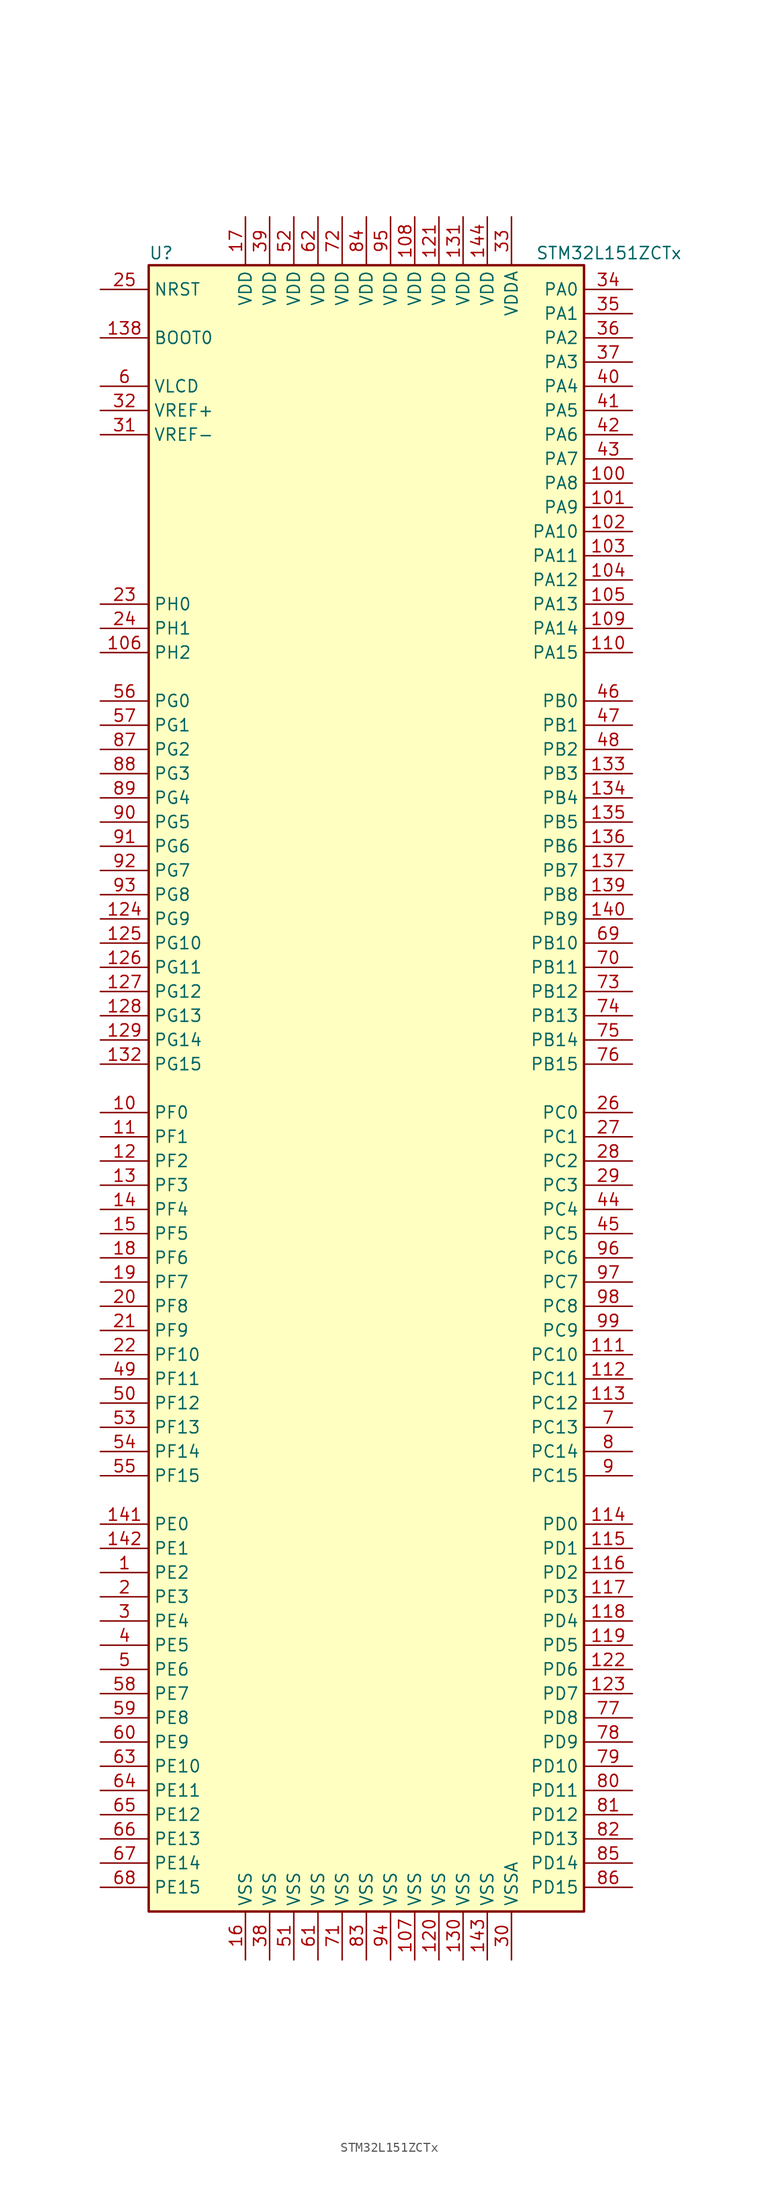
<source format=kicad_sym>
(kicad_symbol_lib
  (version 20201005)
  (generator kicad_symbol_editor)
  (symbol "STM32L151ZCTx"
    (property "Reference" "U"
      (at -22.86 87.63 0)
      (effects (font (size 1.27 1.27)) (justify left)))
    (property "Value" "STM32L151ZCTx"
      (at 17.78 87.63 0)
      (effects (font (size 1.27 1.27)) (justify left)))
    (symbol "STM32L151ZCTx_0_1"
      (rectangle (start -22.86 -86.36) (end 22.86 86.36) (stroke (width 0.254)) (fill (type background))))
    (symbol "STM32L151ZCTx_1_1"
      (pin input line (at -27.94 78.74 0) (length 5.08) (name "BOOT0" (effects (font (size 1.27 1.27)))) (number "138" (effects (font (size 1.27 1.27)))))
      (pin input line (at -27.94 83.82 0) (length 5.08) (name "NRST" (effects (font (size 1.27 1.27)))) (number "25" (effects (font (size 1.27 1.27)))))
      (pin bidirectional line (at 27.94 83.82 180) (length 5.08) (name "PA0" (effects (font (size 1.27 1.27)))) (number "34" (effects (font (size 1.27 1.27)))))
      (pin bidirectional line (at 27.94 81.28 180) (length 5.08) (name "PA1" (effects (font (size 1.27 1.27)))) (number "35" (effects (font (size 1.27 1.27)))))
      (pin bidirectional line (at 27.94 58.42 180) (length 5.08) (name "PA10" (effects (font (size 1.27 1.27)))) (number "102" (effects (font (size 1.27 1.27)))))
      (pin bidirectional line (at 27.94 55.88 180) (length 5.08) (name "PA11" (effects (font (size 1.27 1.27)))) (number "103" (effects (font (size 1.27 1.27)))))
      (pin bidirectional line (at 27.94 53.34 180) (length 5.08) (name "PA12" (effects (font (size 1.27 1.27)))) (number "104" (effects (font (size 1.27 1.27)))))
      (pin bidirectional line (at 27.94 50.8 180) (length 5.08) (name "PA13" (effects (font (size 1.27 1.27)))) (number "105" (effects (font (size 1.27 1.27)))))
      (pin bidirectional line (at 27.94 48.26 180) (length 5.08) (name "PA14" (effects (font (size 1.27 1.27)))) (number "109" (effects (font (size 1.27 1.27)))))
      (pin bidirectional line (at 27.94 45.72 180) (length 5.08) (name "PA15" (effects (font (size 1.27 1.27)))) (number "110" (effects (font (size 1.27 1.27)))))
      (pin bidirectional line (at 27.94 78.74 180) (length 5.08) (name "PA2" (effects (font (size 1.27 1.27)))) (number "36" (effects (font (size 1.27 1.27)))))
      (pin bidirectional line (at 27.94 76.2 180) (length 5.08) (name "PA3" (effects (font (size 1.27 1.27)))) (number "37" (effects (font (size 1.27 1.27)))))
      (pin bidirectional line (at 27.94 73.66 180) (length 5.08) (name "PA4" (effects (font (size 1.27 1.27)))) (number "40" (effects (font (size 1.27 1.27)))))
      (pin bidirectional line (at 27.94 71.12 180) (length 5.08) (name "PA5" (effects (font (size 1.27 1.27)))) (number "41" (effects (font (size 1.27 1.27)))))
      (pin bidirectional line (at 27.94 68.58 180) (length 5.08) (name "PA6" (effects (font (size 1.27 1.27)))) (number "42" (effects (font (size 1.27 1.27)))))
      (pin bidirectional line (at 27.94 66.04 180) (length 5.08) (name "PA7" (effects (font (size 1.27 1.27)))) (number "43" (effects (font (size 1.27 1.27)))))
      (pin bidirectional line (at 27.94 63.5 180) (length 5.08) (name "PA8" (effects (font (size 1.27 1.27)))) (number "100" (effects (font (size 1.27 1.27)))))
      (pin bidirectional line (at 27.94 60.96 180) (length 5.08) (name "PA9" (effects (font (size 1.27 1.27)))) (number "101" (effects (font (size 1.27 1.27)))))
      (pin bidirectional line (at 27.94 40.64 180) (length 5.08) (name "PB0" (effects (font (size 1.27 1.27)))) (number "46" (effects (font (size 1.27 1.27)))))
      (pin bidirectional line (at 27.94 38.1 180) (length 5.08) (name "PB1" (effects (font (size 1.27 1.27)))) (number "47" (effects (font (size 1.27 1.27)))))
      (pin bidirectional line (at 27.94 15.24 180) (length 5.08) (name "PB10" (effects (font (size 1.27 1.27)))) (number "69" (effects (font (size 1.27 1.27)))))
      (pin bidirectional line (at 27.94 12.7 180) (length 5.08) (name "PB11" (effects (font (size 1.27 1.27)))) (number "70" (effects (font (size 1.27 1.27)))))
      (pin bidirectional line (at 27.94 10.16 180) (length 5.08) (name "PB12" (effects (font (size 1.27 1.27)))) (number "73" (effects (font (size 1.27 1.27)))))
      (pin bidirectional line (at 27.94 7.62 180) (length 5.08) (name "PB13" (effects (font (size 1.27 1.27)))) (number "74" (effects (font (size 1.27 1.27)))))
      (pin bidirectional line (at 27.94 5.08 180) (length 5.08) (name "PB14" (effects (font (size 1.27 1.27)))) (number "75" (effects (font (size 1.27 1.27)))))
      (pin bidirectional line (at 27.94 2.54 180) (length 5.08) (name "PB15" (effects (font (size 1.27 1.27)))) (number "76" (effects (font (size 1.27 1.27)))))
      (pin bidirectional line (at 27.94 35.56 180) (length 5.08) (name "PB2" (effects (font (size 1.27 1.27)))) (number "48" (effects (font (size 1.27 1.27)))))
      (pin bidirectional line (at 27.94 33.02 180) (length 5.08) (name "PB3" (effects (font (size 1.27 1.27)))) (number "133" (effects (font (size 1.27 1.27)))))
      (pin bidirectional line (at 27.94 30.48 180) (length 5.08) (name "PB4" (effects (font (size 1.27 1.27)))) (number "134" (effects (font (size 1.27 1.27)))))
      (pin bidirectional line (at 27.94 27.94 180) (length 5.08) (name "PB5" (effects (font (size 1.27 1.27)))) (number "135" (effects (font (size 1.27 1.27)))))
      (pin bidirectional line (at 27.94 25.4 180) (length 5.08) (name "PB6" (effects (font (size 1.27 1.27)))) (number "136" (effects (font (size 1.27 1.27)))))
      (pin bidirectional line (at 27.94 22.86 180) (length 5.08) (name "PB7" (effects (font (size 1.27 1.27)))) (number "137" (effects (font (size 1.27 1.27)))))
      (pin bidirectional line (at 27.94 20.32 180) (length 5.08) (name "PB8" (effects (font (size 1.27 1.27)))) (number "139" (effects (font (size 1.27 1.27)))))
      (pin bidirectional line (at 27.94 17.78 180) (length 5.08) (name "PB9" (effects (font (size 1.27 1.27)))) (number "140" (effects (font (size 1.27 1.27)))))
      (pin bidirectional line (at 27.94 -2.54 180) (length 5.08) (name "PC0" (effects (font (size 1.27 1.27)))) (number "26" (effects (font (size 1.27 1.27)))))
      (pin bidirectional line (at 27.94 -5.08 180) (length 5.08) (name "PC1" (effects (font (size 1.27 1.27)))) (number "27" (effects (font (size 1.27 1.27)))))
      (pin bidirectional line (at 27.94 -27.94 180) (length 5.08) (name "PC10" (effects (font (size 1.27 1.27)))) (number "111" (effects (font (size 1.27 1.27)))))
      (pin bidirectional line (at 27.94 -30.48 180) (length 5.08) (name "PC11" (effects (font (size 1.27 1.27)))) (number "112" (effects (font (size 1.27 1.27)))))
      (pin bidirectional line (at 27.94 -33.02 180) (length 5.08) (name "PC12" (effects (font (size 1.27 1.27)))) (number "113" (effects (font (size 1.27 1.27)))))
      (pin bidirectional line (at 27.94 -35.56 180) (length 5.08) (name "PC13" (effects (font (size 1.27 1.27)))) (number "7" (effects (font (size 1.27 1.27)))))
      (pin bidirectional line (at 27.94 -38.1 180) (length 5.08) (name "PC14" (effects (font (size 1.27 1.27)))) (number "8" (effects (font (size 1.27 1.27)))))
      (pin bidirectional line (at 27.94 -40.64 180) (length 5.08) (name "PC15" (effects (font (size 1.27 1.27)))) (number "9" (effects (font (size 1.27 1.27)))))
      (pin bidirectional line (at 27.94 -7.62 180) (length 5.08) (name "PC2" (effects (font (size 1.27 1.27)))) (number "28" (effects (font (size 1.27 1.27)))))
      (pin bidirectional line (at 27.94 -10.16 180) (length 5.08) (name "PC3" (effects (font (size 1.27 1.27)))) (number "29" (effects (font (size 1.27 1.27)))))
      (pin bidirectional line (at 27.94 -12.7 180) (length 5.08) (name "PC4" (effects (font (size 1.27 1.27)))) (number "44" (effects (font (size 1.27 1.27)))))
      (pin bidirectional line (at 27.94 -15.24 180) (length 5.08) (name "PC5" (effects (font (size 1.27 1.27)))) (number "45" (effects (font (size 1.27 1.27)))))
      (pin bidirectional line (at 27.94 -17.78 180) (length 5.08) (name "PC6" (effects (font (size 1.27 1.27)))) (number "96" (effects (font (size 1.27 1.27)))))
      (pin bidirectional line (at 27.94 -20.32 180) (length 5.08) (name "PC7" (effects (font (size 1.27 1.27)))) (number "97" (effects (font (size 1.27 1.27)))))
      (pin bidirectional line (at 27.94 -22.86 180) (length 5.08) (name "PC8" (effects (font (size 1.27 1.27)))) (number "98" (effects (font (size 1.27 1.27)))))
      (pin bidirectional line (at 27.94 -25.4 180) (length 5.08) (name "PC9" (effects (font (size 1.27 1.27)))) (number "99" (effects (font (size 1.27 1.27)))))
      (pin bidirectional line (at 27.94 -45.72 180) (length 5.08) (name "PD0" (effects (font (size 1.27 1.27)))) (number "114" (effects (font (size 1.27 1.27)))))
      (pin bidirectional line (at 27.94 -48.26 180) (length 5.08) (name "PD1" (effects (font (size 1.27 1.27)))) (number "115" (effects (font (size 1.27 1.27)))))
      (pin bidirectional line (at 27.94 -71.12 180) (length 5.08) (name "PD10" (effects (font (size 1.27 1.27)))) (number "79" (effects (font (size 1.27 1.27)))))
      (pin bidirectional line (at 27.94 -73.66 180) (length 5.08) (name "PD11" (effects (font (size 1.27 1.27)))) (number "80" (effects (font (size 1.27 1.27)))))
      (pin bidirectional line (at 27.94 -76.2 180) (length 5.08) (name "PD12" (effects (font (size 1.27 1.27)))) (number "81" (effects (font (size 1.27 1.27)))))
      (pin bidirectional line (at 27.94 -78.74 180) (length 5.08) (name "PD13" (effects (font (size 1.27 1.27)))) (number "82" (effects (font (size 1.27 1.27)))))
      (pin bidirectional line (at 27.94 -81.28 180) (length 5.08) (name "PD14" (effects (font (size 1.27 1.27)))) (number "85" (effects (font (size 1.27 1.27)))))
      (pin bidirectional line (at 27.94 -83.82 180) (length 5.08) (name "PD15" (effects (font (size 1.27 1.27)))) (number "86" (effects (font (size 1.27 1.27)))))
      (pin bidirectional line (at 27.94 -50.8 180) (length 5.08) (name "PD2" (effects (font (size 1.27 1.27)))) (number "116" (effects (font (size 1.27 1.27)))))
      (pin bidirectional line (at 27.94 -53.34 180) (length 5.08) (name "PD3" (effects (font (size 1.27 1.27)))) (number "117" (effects (font (size 1.27 1.27)))))
      (pin bidirectional line (at 27.94 -55.88 180) (length 5.08) (name "PD4" (effects (font (size 1.27 1.27)))) (number "118" (effects (font (size 1.27 1.27)))))
      (pin bidirectional line (at 27.94 -58.42 180) (length 5.08) (name "PD5" (effects (font (size 1.27 1.27)))) (number "119" (effects (font (size 1.27 1.27)))))
      (pin bidirectional line (at 27.94 -60.96 180) (length 5.08) (name "PD6" (effects (font (size 1.27 1.27)))) (number "122" (effects (font (size 1.27 1.27)))))
      (pin bidirectional line (at 27.94 -63.5 180) (length 5.08) (name "PD7" (effects (font (size 1.27 1.27)))) (number "123" (effects (font (size 1.27 1.27)))))
      (pin bidirectional line (at 27.94 -66.04 180) (length 5.08) (name "PD8" (effects (font (size 1.27 1.27)))) (number "77" (effects (font (size 1.27 1.27)))))
      (pin bidirectional line (at 27.94 -68.58 180) (length 5.08) (name "PD9" (effects (font (size 1.27 1.27)))) (number "78" (effects (font (size 1.27 1.27)))))
      (pin bidirectional line (at -27.94 -45.72 0) (length 5.08) (name "PE0" (effects (font (size 1.27 1.27)))) (number "141" (effects (font (size 1.27 1.27)))))
      (pin bidirectional line (at -27.94 -48.26 0) (length 5.08) (name "PE1" (effects (font (size 1.27 1.27)))) (number "142" (effects (font (size 1.27 1.27)))))
      (pin bidirectional line (at -27.94 -71.12 0) (length 5.08) (name "PE10" (effects (font (size 1.27 1.27)))) (number "63" (effects (font (size 1.27 1.27)))))
      (pin bidirectional line (at -27.94 -73.66 0) (length 5.08) (name "PE11" (effects (font (size 1.27 1.27)))) (number "64" (effects (font (size 1.27 1.27)))))
      (pin bidirectional line (at -27.94 -76.2 0) (length 5.08) (name "PE12" (effects (font (size 1.27 1.27)))) (number "65" (effects (font (size 1.27 1.27)))))
      (pin bidirectional line (at -27.94 -78.74 0) (length 5.08) (name "PE13" (effects (font (size 1.27 1.27)))) (number "66" (effects (font (size 1.27 1.27)))))
      (pin bidirectional line (at -27.94 -81.28 0) (length 5.08) (name "PE14" (effects (font (size 1.27 1.27)))) (number "67" (effects (font (size 1.27 1.27)))))
      (pin bidirectional line (at -27.94 -83.82 0) (length 5.08) (name "PE15" (effects (font (size 1.27 1.27)))) (number "68" (effects (font (size 1.27 1.27)))))
      (pin bidirectional line (at -27.94 -50.8 0) (length 5.08) (name "PE2" (effects (font (size 1.27 1.27)))) (number "1" (effects (font (size 1.27 1.27)))))
      (pin bidirectional line (at -27.94 -53.34 0) (length 5.08) (name "PE3" (effects (font (size 1.27 1.27)))) (number "2" (effects (font (size 1.27 1.27)))))
      (pin bidirectional line (at -27.94 -55.88 0) (length 5.08) (name "PE4" (effects (font (size 1.27 1.27)))) (number "3" (effects (font (size 1.27 1.27)))))
      (pin bidirectional line (at -27.94 -58.42 0) (length 5.08) (name "PE5" (effects (font (size 1.27 1.27)))) (number "4" (effects (font (size 1.27 1.27)))))
      (pin bidirectional line (at -27.94 -60.96 0) (length 5.08) (name "PE6" (effects (font (size 1.27 1.27)))) (number "5" (effects (font (size 1.27 1.27)))))
      (pin bidirectional line (at -27.94 -63.5 0) (length 5.08) (name "PE7" (effects (font (size 1.27 1.27)))) (number "58" (effects (font (size 1.27 1.27)))))
      (pin bidirectional line (at -27.94 -66.04 0) (length 5.08) (name "PE8" (effects (font (size 1.27 1.27)))) (number "59" (effects (font (size 1.27 1.27)))))
      (pin bidirectional line (at -27.94 -68.58 0) (length 5.08) (name "PE9" (effects (font (size 1.27 1.27)))) (number "60" (effects (font (size 1.27 1.27)))))
      (pin bidirectional line (at -27.94 -2.54 0) (length 5.08) (name "PF0" (effects (font (size 1.27 1.27)))) (number "10" (effects (font (size 1.27 1.27)))))
      (pin bidirectional line (at -27.94 -5.08 0) (length 5.08) (name "PF1" (effects (font (size 1.27 1.27)))) (number "11" (effects (font (size 1.27 1.27)))))
      (pin bidirectional line (at -27.94 -27.94 0) (length 5.08) (name "PF10" (effects (font (size 1.27 1.27)))) (number "22" (effects (font (size 1.27 1.27)))))
      (pin bidirectional line (at -27.94 -30.48 0) (length 5.08) (name "PF11" (effects (font (size 1.27 1.27)))) (number "49" (effects (font (size 1.27 1.27)))))
      (pin bidirectional line (at -27.94 -33.02 0) (length 5.08) (name "PF12" (effects (font (size 1.27 1.27)))) (number "50" (effects (font (size 1.27 1.27)))))
      (pin bidirectional line (at -27.94 -35.56 0) (length 5.08) (name "PF13" (effects (font (size 1.27 1.27)))) (number "53" (effects (font (size 1.27 1.27)))))
      (pin bidirectional line (at -27.94 -38.1 0) (length 5.08) (name "PF14" (effects (font (size 1.27 1.27)))) (number "54" (effects (font (size 1.27 1.27)))))
      (pin bidirectional line (at -27.94 -40.64 0) (length 5.08) (name "PF15" (effects (font (size 1.27 1.27)))) (number "55" (effects (font (size 1.27 1.27)))))
      (pin bidirectional line (at -27.94 -7.62 0) (length 5.08) (name "PF2" (effects (font (size 1.27 1.27)))) (number "12" (effects (font (size 1.27 1.27)))))
      (pin bidirectional line (at -27.94 -10.16 0) (length 5.08) (name "PF3" (effects (font (size 1.27 1.27)))) (number "13" (effects (font (size 1.27 1.27)))))
      (pin bidirectional line (at -27.94 -12.7 0) (length 5.08) (name "PF4" (effects (font (size 1.27 1.27)))) (number "14" (effects (font (size 1.27 1.27)))))
      (pin bidirectional line (at -27.94 -15.24 0) (length 5.08) (name "PF5" (effects (font (size 1.27 1.27)))) (number "15" (effects (font (size 1.27 1.27)))))
      (pin bidirectional line (at -27.94 -17.78 0) (length 5.08) (name "PF6" (effects (font (size 1.27 1.27)))) (number "18" (effects (font (size 1.27 1.27)))))
      (pin bidirectional line (at -27.94 -20.32 0) (length 5.08) (name "PF7" (effects (font (size 1.27 1.27)))) (number "19" (effects (font (size 1.27 1.27)))))
      (pin bidirectional line (at -27.94 -22.86 0) (length 5.08) (name "PF8" (effects (font (size 1.27 1.27)))) (number "20" (effects (font (size 1.27 1.27)))))
      (pin bidirectional line (at -27.94 -25.4 0) (length 5.08) (name "PF9" (effects (font (size 1.27 1.27)))) (number "21" (effects (font (size 1.27 1.27)))))
      (pin bidirectional line (at -27.94 40.64 0) (length 5.08) (name "PG0" (effects (font (size 1.27 1.27)))) (number "56" (effects (font (size 1.27 1.27)))))
      (pin bidirectional line (at -27.94 38.1 0) (length 5.08) (name "PG1" (effects (font (size 1.27 1.27)))) (number "57" (effects (font (size 1.27 1.27)))))
      (pin bidirectional line (at -27.94 15.24 0) (length 5.08) (name "PG10" (effects (font (size 1.27 1.27)))) (number "125" (effects (font (size 1.27 1.27)))))
      (pin bidirectional line (at -27.94 12.7 0) (length 5.08) (name "PG11" (effects (font (size 1.27 1.27)))) (number "126" (effects (font (size 1.27 1.27)))))
      (pin bidirectional line (at -27.94 10.16 0) (length 5.08) (name "PG12" (effects (font (size 1.27 1.27)))) (number "127" (effects (font (size 1.27 1.27)))))
      (pin bidirectional line (at -27.94 7.62 0) (length 5.08) (name "PG13" (effects (font (size 1.27 1.27)))) (number "128" (effects (font (size 1.27 1.27)))))
      (pin bidirectional line (at -27.94 5.08 0) (length 5.08) (name "PG14" (effects (font (size 1.27 1.27)))) (number "129" (effects (font (size 1.27 1.27)))))
      (pin bidirectional line (at -27.94 2.54 0) (length 5.08) (name "PG15" (effects (font (size 1.27 1.27)))) (number "132" (effects (font (size 1.27 1.27)))))
      (pin bidirectional line (at -27.94 35.56 0) (length 5.08) (name "PG2" (effects (font (size 1.27 1.27)))) (number "87" (effects (font (size 1.27 1.27)))))
      (pin bidirectional line (at -27.94 33.02 0) (length 5.08) (name "PG3" (effects (font (size 1.27 1.27)))) (number "88" (effects (font (size 1.27 1.27)))))
      (pin bidirectional line (at -27.94 30.48 0) (length 5.08) (name "PG4" (effects (font (size 1.27 1.27)))) (number "89" (effects (font (size 1.27 1.27)))))
      (pin bidirectional line (at -27.94 27.94 0) (length 5.08) (name "PG5" (effects (font (size 1.27 1.27)))) (number "90" (effects (font (size 1.27 1.27)))))
      (pin bidirectional line (at -27.94 25.4 0) (length 5.08) (name "PG6" (effects (font (size 1.27 1.27)))) (number "91" (effects (font (size 1.27 1.27)))))
      (pin bidirectional line (at -27.94 22.86 0) (length 5.08) (name "PG7" (effects (font (size 1.27 1.27)))) (number "92" (effects (font (size 1.27 1.27)))))
      (pin bidirectional line (at -27.94 20.32 0) (length 5.08) (name "PG8" (effects (font (size 1.27 1.27)))) (number "93" (effects (font (size 1.27 1.27)))))
      (pin bidirectional line (at -27.94 17.78 0) (length 5.08) (name "PG9" (effects (font (size 1.27 1.27)))) (number "124" (effects (font (size 1.27 1.27)))))
      (pin input line (at -27.94 50.8 0) (length 5.08) (name "PH0" (effects (font (size 1.27 1.27)))) (number "23" (effects (font (size 1.27 1.27)))))
      (pin input line (at -27.94 48.26 0) (length 5.08) (name "PH1" (effects (font (size 1.27 1.27)))) (number "24" (effects (font (size 1.27 1.27)))))
      (pin bidirectional line (at -27.94 45.72 0) (length 5.08) (name "PH2" (effects (font (size 1.27 1.27)))) (number "106" (effects (font (size 1.27 1.27)))))
      (pin power_in line (at 5.08 91.44 270) (length 5.08) (name "VDD" (effects (font (size 1.27 1.27)))) (number "108" (effects (font (size 1.27 1.27)))))
      (pin power_in line (at 7.62 91.44 270) (length 5.08) (name "VDD" (effects (font (size 1.27 1.27)))) (number "121" (effects (font (size 1.27 1.27)))))
      (pin power_in line (at 10.16 91.44 270) (length 5.08) (name "VDD" (effects (font (size 1.27 1.27)))) (number "131" (effects (font (size 1.27 1.27)))))
      (pin power_in line (at 12.7 91.44 270) (length 5.08) (name "VDD" (effects (font (size 1.27 1.27)))) (number "144" (effects (font (size 1.27 1.27)))))
      (pin power_in line (at -12.7 91.44 270) (length 5.08) (name "VDD" (effects (font (size 1.27 1.27)))) (number "17" (effects (font (size 1.27 1.27)))))
      (pin power_in line (at -10.16 91.44 270) (length 5.08) (name "VDD" (effects (font (size 1.27 1.27)))) (number "39" (effects (font (size 1.27 1.27)))))
      (pin power_in line (at -7.62 91.44 270) (length 5.08) (name "VDD" (effects (font (size 1.27 1.27)))) (number "52" (effects (font (size 1.27 1.27)))))
      (pin power_in line (at -5.08 91.44 270) (length 5.08) (name "VDD" (effects (font (size 1.27 1.27)))) (number "62" (effects (font (size 1.27 1.27)))))
      (pin power_in line (at -2.54 91.44 270) (length 5.08) (name "VDD" (effects (font (size 1.27 1.27)))) (number "72" (effects (font (size 1.27 1.27)))))
      (pin power_in line (at 0 91.44 270) (length 5.08) (name "VDD" (effects (font (size 1.27 1.27)))) (number "84" (effects (font (size 1.27 1.27)))))
      (pin power_in line (at 2.54 91.44 270) (length 5.08) (name "VDD" (effects (font (size 1.27 1.27)))) (number "95" (effects (font (size 1.27 1.27)))))
      (pin power_in line (at 15.24 91.44 270) (length 5.08) (name "VDDA" (effects (font (size 1.27 1.27)))) (number "33" (effects (font (size 1.27 1.27)))))
      (pin power_in line (at -27.94 73.66 0) (length 5.08) (name "VLCD" (effects (font (size 1.27 1.27)))) (number "6" (effects (font (size 1.27 1.27)))))
      (pin power_in line (at -27.94 71.12 0) (length 5.08) (name "VREF+" (effects (font (size 1.27 1.27)))) (number "32" (effects (font (size 1.27 1.27)))))
      (pin power_in line (at -27.94 68.58 0) (length 5.08) (name "VREF-" (effects (font (size 1.27 1.27)))) (number "31" (effects (font (size 1.27 1.27)))))
      (pin power_in line (at 5.08 -91.44 90) (length 5.08) (name "VSS" (effects (font (size 1.27 1.27)))) (number "107" (effects (font (size 1.27 1.27)))))
      (pin power_in line (at 7.62 -91.44 90) (length 5.08) (name "VSS" (effects (font (size 1.27 1.27)))) (number "120" (effects (font (size 1.27 1.27)))))
      (pin power_in line (at 10.16 -91.44 90) (length 5.08) (name "VSS" (effects (font (size 1.27 1.27)))) (number "130" (effects (font (size 1.27 1.27)))))
      (pin power_in line (at 12.7 -91.44 90) (length 5.08) (name "VSS" (effects (font (size 1.27 1.27)))) (number "143" (effects (font (size 1.27 1.27)))))
      (pin power_in line (at -12.7 -91.44 90) (length 5.08) (name "VSS" (effects (font (size 1.27 1.27)))) (number "16" (effects (font (size 1.27 1.27)))))
      (pin power_in line (at -10.16 -91.44 90) (length 5.08) (name "VSS" (effects (font (size 1.27 1.27)))) (number "38" (effects (font (size 1.27 1.27)))))
      (pin power_in line (at -7.62 -91.44 90) (length 5.08) (name "VSS" (effects (font (size 1.27 1.27)))) (number "51" (effects (font (size 1.27 1.27)))))
      (pin power_in line (at -5.08 -91.44 90) (length 5.08) (name "VSS" (effects (font (size 1.27 1.27)))) (number "61" (effects (font (size 1.27 1.27)))))
      (pin power_in line (at -2.54 -91.44 90) (length 5.08) (name "VSS" (effects (font (size 1.27 1.27)))) (number "71" (effects (font (size 1.27 1.27)))))
      (pin power_in line (at 0 -91.44 90) (length 5.08) (name "VSS" (effects (font (size 1.27 1.27)))) (number "83" (effects (font (size 1.27 1.27)))))
      (pin power_in line (at 2.54 -91.44 90) (length 5.08) (name "VSS" (effects (font (size 1.27 1.27)))) (number "94" (effects (font (size 1.27 1.27)))))
      (pin power_in line (at 15.24 -91.44 90) (length 5.08) (name "VSSA" (effects (font (size 1.27 1.27)))) (number "30" (effects (font (size 1.27 1.27))))))))
</source>
